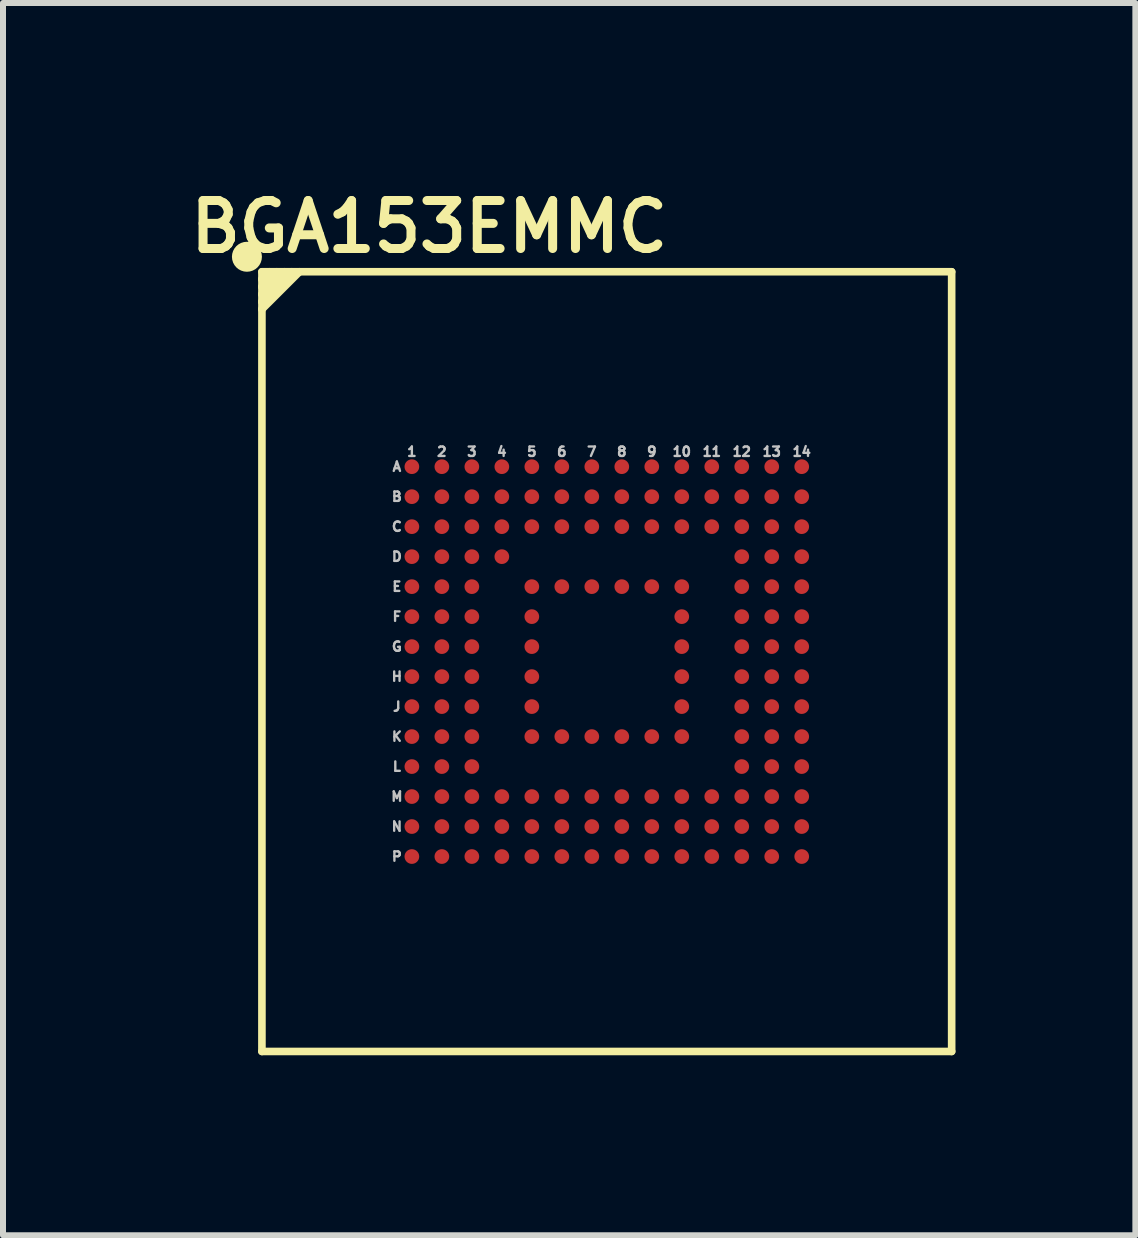
<source format=kicad_pcb>
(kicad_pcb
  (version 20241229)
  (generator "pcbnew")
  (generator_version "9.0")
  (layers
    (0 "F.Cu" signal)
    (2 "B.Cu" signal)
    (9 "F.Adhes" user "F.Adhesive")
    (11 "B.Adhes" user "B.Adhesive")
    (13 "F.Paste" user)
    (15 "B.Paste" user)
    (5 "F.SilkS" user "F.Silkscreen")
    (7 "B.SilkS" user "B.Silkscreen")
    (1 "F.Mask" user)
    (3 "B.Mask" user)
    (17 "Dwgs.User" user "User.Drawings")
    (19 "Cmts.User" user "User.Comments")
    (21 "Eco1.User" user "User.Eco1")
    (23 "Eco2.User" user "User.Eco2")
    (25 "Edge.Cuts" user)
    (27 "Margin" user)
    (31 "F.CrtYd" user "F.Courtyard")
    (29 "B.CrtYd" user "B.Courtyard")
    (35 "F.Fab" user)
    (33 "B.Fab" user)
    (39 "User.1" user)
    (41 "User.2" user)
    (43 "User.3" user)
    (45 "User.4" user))
  (footprint "BGA153EMMC"
    (layer "F.Cu")
    (at 7.067 7.981)
    (property "Reference" "BGA153EMMC" (at -2.96 -7.25 0) (layer "F.SilkS") (effects (font (size 0.8 0.8) (thickness 0.15))))
    (attr smd)
    (fp_line (start -5.75 -6.5) (end -5.75 -6.375) (stroke (width 0.127) (type solid)) (layer "F.SilkS"))
    (fp_line (start -5.75 -6.375) (end -5.75 -6.25) (stroke (width 0.127) (type solid)) (layer "F.SilkS"))
    (fp_line (start -5.75 -6.375) (end -5.625 -6.5) (stroke (width 0.127) (type solid)) (layer "F.SilkS"))
    (fp_line (start -5.75 -6.25) (end -5.75 -6.125) (stroke (width 0.127) (type solid)) (layer "F.SilkS"))
    (fp_line (start -5.75 -6.25) (end -5.5 -6.5) (stroke (width 0.127) (type solid)) (layer "F.SilkS"))
    (fp_line (start -5.75 -6.125) (end -5.75 -6) (stroke (width 0.127) (type solid)) (layer "F.SilkS"))
    (fp_line (start -5.75 -6.125) (end -5.375 -6.5) (stroke (width 0.127) (type solid)) (layer "F.SilkS"))
    (fp_line (start -5.75 -6) (end -5.75 -5.875) (stroke (width 0.127) (type solid)) (layer "F.SilkS"))
    (fp_line (start -5.75 -6) (end -5.25 -6.5) (stroke (width 0.127) (type solid)) (layer "F.SilkS"))
    (fp_line (start -5.75 -5.875) (end -5.75 6.5) (stroke (width 0.127) (type solid)) (layer "F.SilkS"))
    (fp_line (start -5.75 -5.875) (end -5.125 -6.5) (stroke (width 0.127) (type solid)) (layer "F.SilkS"))
    (fp_line (start -5.75 6.5) (end 5.75 6.5) (stroke (width 0.127) (type solid)) (layer "F.SilkS"))
    (fp_line (start -5.625 -6.5) (end -5.75 -6.5) (stroke (width 0.127) (type solid)) (layer "F.SilkS"))
    (fp_line (start -5.5 -6.5) (end -5.625 -6.5) (stroke (width 0.127) (type solid)) (layer "F.SilkS"))
    (fp_line (start -5.375 -6.5) (end -5.5 -6.5) (stroke (width 0.127) (type solid)) (layer "F.SilkS"))
    (fp_line (start -5.25 -6.5) (end -5.375 -6.5) (stroke (width 0.127) (type solid)) (layer "F.SilkS"))
    (fp_line (start -5.125 -6.5) (end -5.25 -6.5) (stroke (width 0.127) (type solid)) (layer "F.SilkS"))
    (fp_line (start 5.75 -6.5) (end -5.125 -6.5) (stroke (width 0.127) (type solid)) (layer "F.SilkS"))
    (fp_line (start 5.75 6.5) (end 5.75 -6.5) (stroke (width 0.127) (type solid)) (layer "F.SilkS"))
    (fp_circle (center -6 -6.75) (end -5.875 -6.75) (stroke (width 0.25) (type solid)) (fill no) (layer "F.SilkS"))
    (fp_text user "M" (at -3.5 2.25 0) (layer "Dwgs.User") (effects (font (size 0.157 0.157) (thickness 0.15))))
    (fp_text user "C" (at -3.5 -2.25 0) (layer "Dwgs.User") (effects (font (size 0.157 0.157) (thickness 0.15))))
    (fp_text user "13" (at 2.75 -3.5 0) (layer "Dwgs.User") (effects (font (size 0.157 0.157) (thickness 0.15))))
    (fp_text user "12" (at 2.25 -3.5 0) (layer "Dwgs.User") (effects (font (size 0.157 0.157) (thickness 0.15))))
    (fp_text user "P" (at -3.5 3.25 0) (layer "Dwgs.User") (effects (font (size 0.157 0.157) (thickness 0.15))))
    (fp_text user "4" (at -1.75 -3.5 0) (layer "Dwgs.User") (effects (font (size 0.157 0.157) (thickness 0.15))))
    (fp_text user "E" (at -3.5 -1.25 0) (layer "Dwgs.User") (effects (font (size 0.157 0.157) (thickness 0.15))))
    (fp_text user "1" (at -3.25 -3.5 0) (layer "Dwgs.User") (effects (font (size 0.157 0.157) (thickness 0.15))))
    (fp_text user "K" (at -3.5 1.25 0) (layer "Dwgs.User") (effects (font (size 0.157 0.157) (thickness 0.15))))
    (fp_text user "10" (at 1.25 -3.5 0) (layer "Dwgs.User") (effects (font (size 0.157 0.157) (thickness 0.15))))
    (fp_text user "L" (at -3.5 1.75 0) (layer "Dwgs.User") (effects (font (size 0.157 0.157) (thickness 0.15))))
    (fp_text user "3" (at -2.25 -3.5 0) (layer "Dwgs.User") (effects (font (size 0.157 0.157) (thickness 0.15))))
    (fp_text user "14" (at 3.25 -3.5 0) (layer "Dwgs.User") (effects (font (size 0.157 0.157) (thickness 0.15))))
    (fp_text user "9" (at 0.75 -3.5 0) (layer "Dwgs.User") (effects (font (size 0.157 0.157) (thickness 0.15))))
    (fp_text user "5" (at -1.25 -3.5 0) (layer "Dwgs.User") (effects (font (size 0.157 0.157) (thickness 0.15))))
    (fp_text user "N" (at -3.5 2.75 0) (layer "Dwgs.User") (effects (font (size 0.157 0.157) (thickness 0.15))))
    (fp_text user "G" (at -3.5 -0.25 0) (layer "Dwgs.User") (effects (font (size 0.157 0.157) (thickness 0.15))))
    (fp_text user "8" (at 0.25 -3.5 0) (layer "Dwgs.User") (effects (font (size 0.157 0.157) (thickness 0.15))))
    (fp_text user "D" (at -3.5 -1.75 0) (layer "Dwgs.User") (effects (font (size 0.157 0.157) (thickness 0.15))))
    (fp_text user "7" (at -0.25 -3.5 0) (layer "Dwgs.User") (effects (font (size 0.157 0.157) (thickness 0.15))))
    (fp_text user "2" (at -2.75 -3.5 0) (layer "Dwgs.User") (effects (font (size 0.157 0.157) (thickness 0.15))))
    (fp_text user "B" (at -3.5 -2.75 0) (layer "Dwgs.User") (effects (font (size 0.157 0.157) (thickness 0.15))))
    (fp_text user "6" (at -0.75 -3.5 0) (layer "Dwgs.User") (effects (font (size 0.157 0.157) (thickness 0.15))))
    (fp_text user "H" (at -3.5 0.25 0) (layer "Dwgs.User") (effects (font (size 0.157 0.157) (thickness 0.15))))
    (fp_text user "A" (at -3.5 -3.25 0) (layer "Dwgs.User") (effects (font (size 0.157 0.157) (thickness 0.15))))
    (fp_text user "11" (at 1.75 -3.5 0) (layer "Dwgs.User") (effects (font (size 0.157 0.157) (thickness 0.15))))
    (fp_text user "F" (at -3.5 -0.75 0) (layer "Dwgs.User") (effects (font (size 0.157 0.157) (thickness 0.15))))
    (fp_text user "J" (at -3.5 0.75 0) (layer "Dwgs.User") (effects (font (size 0.157 0.157) (thickness 0.15))))
    (pad "A1" smd circle (at -3.25 -3.25) (size 0.245 0.245) (layers "F.Cu" "F.Mask" "F.Paste"))
    (pad "A2" smd circle (at -2.75 -3.25) (size 0.245 0.245) (layers "F.Cu" "F.Mask" "F.Paste"))
    (pad "A3" smd circle (at -2.25 -3.25) (size 0.245 0.245) (layers "F.Cu" "F.Mask" "F.Paste"))
    (pad "A4" smd circle (at -1.75 -3.25) (size 0.245 0.245) (layers "F.Cu" "F.Mask" "F.Paste"))
    (pad "A5" smd circle (at -1.25 -3.25) (size 0.245 0.245) (layers "F.Cu" "F.Mask" "F.Paste"))
    (pad "A6" smd circle (at -0.75 -3.25) (size 0.245 0.245) (layers "F.Cu" "F.Mask" "F.Paste"))
    (pad "A7" smd circle (at -0.25 -3.25) (size 0.245 0.245) (layers "F.Cu" "F.Mask" "F.Paste"))
    (pad "A8" smd circle (at 0.25 -3.25) (size 0.245 0.245) (layers "F.Cu" "F.Mask" "F.Paste"))
    (pad "A9" smd circle (at 0.75 -3.25) (size 0.245 0.245) (layers "F.Cu" "F.Mask" "F.Paste"))
    (pad "A10" smd circle (at 1.25 -3.25) (size 0.245 0.245) (layers "F.Cu" "F.Mask" "F.Paste"))
    (pad "A11" smd circle (at 1.75 -3.25) (size 0.245 0.245) (layers "F.Cu" "F.Mask" "F.Paste"))
    (pad "A12" smd circle (at 2.25 -3.25) (size 0.245 0.245) (layers "F.Cu" "F.Mask" "F.Paste"))
    (pad "A13" smd circle (at 2.75 -3.25) (size 0.245 0.245) (layers "F.Cu" "F.Mask" "F.Paste"))
    (pad "A14" smd circle (at 3.25 -3.25) (size 0.245 0.245) (layers "F.Cu" "F.Mask" "F.Paste"))
    (pad "B1" smd circle (at -3.25 -2.75) (size 0.245 0.245) (layers "F.Cu" "F.Mask" "F.Paste"))
    (pad "B2" smd circle (at -2.75 -2.75) (size 0.245 0.245) (layers "F.Cu" "F.Mask" "F.Paste"))
    (pad "B3" smd circle (at -2.25 -2.75) (size 0.245 0.245) (layers "F.Cu" "F.Mask" "F.Paste"))
    (pad "B4" smd circle (at -1.75 -2.75) (size 0.245 0.245) (layers "F.Cu" "F.Mask" "F.Paste"))
    (pad "B5" smd circle (at -1.25 -2.75) (size 0.245 0.245) (layers "F.Cu" "F.Mask" "F.Paste"))
    (pad "B6" smd circle (at -0.75 -2.75) (size 0.245 0.245) (layers "F.Cu" "F.Mask" "F.Paste"))
    (pad "B7" smd circle (at -0.25 -2.75) (size 0.245 0.245) (layers "F.Cu" "F.Mask" "F.Paste"))
    (pad "B8" smd circle (at 0.25 -2.75) (size 0.245 0.245) (layers "F.Cu" "F.Mask" "F.Paste"))
    (pad "B9" smd circle (at 0.75 -2.75) (size 0.245 0.245) (layers "F.Cu" "F.Mask" "F.Paste"))
    (pad "B10" smd circle (at 1.25 -2.75) (size 0.245 0.245) (layers "F.Cu" "F.Mask" "F.Paste"))
    (pad "B11" smd circle (at 1.75 -2.75) (size 0.245 0.245) (layers "F.Cu" "F.Mask" "F.Paste"))
    (pad "B12" smd circle (at 2.25 -2.75) (size 0.245 0.245) (layers "F.Cu" "F.Mask" "F.Paste"))
    (pad "B13" smd circle (at 2.75 -2.75) (size 0.245 0.245) (layers "F.Cu" "F.Mask" "F.Paste"))
    (pad "B14" smd circle (at 3.25 -2.75) (size 0.245 0.245) (layers "F.Cu" "F.Mask" "F.Paste"))
    (pad "C1" smd circle (at -3.25 -2.25) (size 0.245 0.245) (layers "F.Cu" "F.Mask" "F.Paste"))
    (pad "C2" smd circle (at -2.75 -2.25) (size 0.245 0.245) (layers "F.Cu" "F.Mask" "F.Paste"))
    (pad "C3" smd circle (at -2.25 -2.25) (size 0.245 0.245) (layers "F.Cu" "F.Mask" "F.Paste"))
    (pad "C4" smd circle (at -1.75 -2.25) (size 0.245 0.245) (layers "F.Cu" "F.Mask" "F.Paste"))
    (pad "C5" smd circle (at -1.25 -2.25) (size 0.245 0.245) (layers "F.Cu" "F.Mask" "F.Paste"))
    (pad "C6" smd circle (at -0.75 -2.25) (size 0.245 0.245) (layers "F.Cu" "F.Mask" "F.Paste"))
    (pad "C7" smd circle (at -0.25 -2.25) (size 0.245 0.245) (layers "F.Cu" "F.Mask" "F.Paste"))
    (pad "C8" smd circle (at 0.25 -2.25) (size 0.245 0.245) (layers "F.Cu" "F.Mask" "F.Paste"))
    (pad "C9" smd circle (at 0.75 -2.25) (size 0.245 0.245) (layers "F.Cu" "F.Mask" "F.Paste"))
    (pad "C10" smd circle (at 1.25 -2.25) (size 0.245 0.245) (layers "F.Cu" "F.Mask" "F.Paste"))
    (pad "C11" smd circle (at 1.75 -2.25) (size 0.245 0.245) (layers "F.Cu" "F.Mask" "F.Paste"))
    (pad "C12" smd circle (at 2.25 -2.25) (size 0.245 0.245) (layers "F.Cu" "F.Mask" "F.Paste"))
    (pad "C13" smd circle (at 2.75 -2.25) (size 0.245 0.245) (layers "F.Cu" "F.Mask" "F.Paste"))
    (pad "C14" smd circle (at 3.25 -2.25) (size 0.245 0.245) (layers "F.Cu" "F.Mask" "F.Paste"))
    (pad "D1" smd circle (at -3.25 -1.75) (size 0.245 0.245) (layers "F.Cu" "F.Mask" "F.Paste"))
    (pad "D2" smd circle (at -2.75 -1.75) (size 0.245 0.245) (layers "F.Cu" "F.Mask" "F.Paste"))
    (pad "D3" smd circle (at -2.25 -1.75) (size 0.245 0.245) (layers "F.Cu" "F.Mask" "F.Paste"))
    (pad "D4" smd circle (at -1.75 -1.75) (size 0.245 0.245) (layers "F.Cu" "F.Mask" "F.Paste"))
    (pad "D12" smd circle (at 2.25 -1.75) (size 0.245 0.245) (layers "F.Cu" "F.Mask" "F.Paste"))
    (pad "D13" smd circle (at 2.75 -1.75) (size 0.245 0.245) (layers "F.Cu" "F.Mask" "F.Paste"))
    (pad "D14" smd circle (at 3.25 -1.75) (size 0.245 0.245) (layers "F.Cu" "F.Mask" "F.Paste"))
    (pad "E1" smd circle (at -3.25 -1.25) (size 0.245 0.245) (layers "F.Cu" "F.Mask" "F.Paste"))
    (pad "E2" smd circle (at -2.75 -1.25) (size 0.245 0.245) (layers "F.Cu" "F.Mask" "F.Paste"))
    (pad "E3" smd circle (at -2.25 -1.25) (size 0.245 0.245) (layers "F.Cu" "F.Mask" "F.Paste"))
    (pad "E5" smd circle (at -1.25 -1.25) (size 0.245 0.245) (layers "F.Cu" "F.Mask" "F.Paste"))
    (pad "E6" smd circle (at -0.75 -1.25) (size 0.245 0.245) (layers "F.Cu" "F.Mask" "F.Paste"))
    (pad "E7" smd circle (at -0.25 -1.25) (size 0.245 0.245) (layers "F.Cu" "F.Mask" "F.Paste"))
    (pad "E8" smd circle (at 0.25 -1.25) (size 0.245 0.245) (layers "F.Cu" "F.Mask" "F.Paste"))
    (pad "E9" smd circle (at 0.75 -1.25) (size 0.245 0.245) (layers "F.Cu" "F.Mask" "F.Paste"))
    (pad "E10" smd circle (at 1.25 -1.25) (size 0.245 0.245) (layers "F.Cu" "F.Mask" "F.Paste"))
    (pad "E12" smd circle (at 2.25 -1.25) (size 0.245 0.245) (layers "F.Cu" "F.Mask" "F.Paste"))
    (pad "E13" smd circle (at 2.75 -1.25) (size 0.245 0.245) (layers "F.Cu" "F.Mask" "F.Paste"))
    (pad "E14" smd circle (at 3.25 -1.25) (size 0.245 0.245) (layers "F.Cu" "F.Mask" "F.Paste"))
    (pad "F1" smd circle (at -3.25 -0.75) (size 0.245 0.245) (layers "F.Cu" "F.Mask" "F.Paste"))
    (pad "F2" smd circle (at -2.75 -0.75) (size 0.245 0.245) (layers "F.Cu" "F.Mask" "F.Paste"))
    (pad "F3" smd circle (at -2.25 -0.75) (size 0.245 0.245) (layers "F.Cu" "F.Mask" "F.Paste"))
    (pad "F5" smd circle (at -1.25 -0.75) (size 0.245 0.245) (layers "F.Cu" "F.Mask" "F.Paste"))
    (pad "F10" smd circle (at 1.25 -0.75) (size 0.245 0.245) (layers "F.Cu" "F.Mask" "F.Paste"))
    (pad "F12" smd circle (at 2.25 -0.75) (size 0.245 0.245) (layers "F.Cu" "F.Mask" "F.Paste"))
    (pad "F13" smd circle (at 2.75 -0.75) (size 0.245 0.245) (layers "F.Cu" "F.Mask" "F.Paste"))
    (pad "F14" smd circle (at 3.25 -0.75) (size 0.245 0.245) (layers "F.Cu" "F.Mask" "F.Paste"))
    (pad "G1" smd circle (at -3.25 -0.25) (size 0.245 0.245) (layers "F.Cu" "F.Mask" "F.Paste"))
    (pad "G2" smd circle (at -2.75 -0.25) (size 0.245 0.245) (layers "F.Cu" "F.Mask" "F.Paste"))
    (pad "G3" smd circle (at -2.25 -0.25) (size 0.245 0.245) (layers "F.Cu" "F.Mask" "F.Paste"))
    (pad "G5" smd circle (at -1.25 -0.25) (size 0.245 0.245) (layers "F.Cu" "F.Mask" "F.Paste"))
    (pad "G10" smd circle (at 1.25 -0.25) (size 0.245 0.245) (layers "F.Cu" "F.Mask" "F.Paste"))
    (pad "G12" smd circle (at 2.25 -0.25) (size 0.245 0.245) (layers "F.Cu" "F.Mask" "F.Paste"))
    (pad "G13" smd circle (at 2.75 -0.25) (size 0.245 0.245) (layers "F.Cu" "F.Mask" "F.Paste"))
    (pad "G14" smd circle (at 3.25 -0.25) (size 0.245 0.245) (layers "F.Cu" "F.Mask" "F.Paste"))
    (pad "H1" smd circle (at -3.25 0.25) (size 0.245 0.245) (layers "F.Cu" "F.Mask" "F.Paste"))
    (pad "H2" smd circle (at -2.75 0.25) (size 0.245 0.245) (layers "F.Cu" "F.Mask" "F.Paste"))
    (pad "H3" smd circle (at -2.25 0.25) (size 0.245 0.245) (layers "F.Cu" "F.Mask" "F.Paste"))
    (pad "H5" smd circle (at -1.25 0.25) (size 0.245 0.245) (layers "F.Cu" "F.Mask" "F.Paste"))
    (pad "H10" smd circle (at 1.25 0.25) (size 0.245 0.245) (layers "F.Cu" "F.Mask" "F.Paste"))
    (pad "H12" smd circle (at 2.25 0.25) (size 0.245 0.245) (layers "F.Cu" "F.Mask" "F.Paste"))
    (pad "H13" smd circle (at 2.75 0.25) (size 0.245 0.245) (layers "F.Cu" "F.Mask" "F.Paste"))
    (pad "H14" smd circle (at 3.25 0.25) (size 0.245 0.245) (layers "F.Cu" "F.Mask" "F.Paste"))
    (pad "J1" smd circle (at -3.25 0.75) (size 0.245 0.245) (layers "F.Cu" "F.Mask" "F.Paste"))
    (pad "J2" smd circle (at -2.75 0.75) (size 0.245 0.245) (layers "F.Cu" "F.Mask" "F.Paste"))
    (pad "J3" smd circle (at -2.25 0.75) (size 0.245 0.245) (layers "F.Cu" "F.Mask" "F.Paste"))
    (pad "J5" smd circle (at -1.25 0.75) (size 0.245 0.245) (layers "F.Cu" "F.Mask" "F.Paste"))
    (pad "J10" smd circle (at 1.25 0.75) (size 0.245 0.245) (layers "F.Cu" "F.Mask" "F.Paste"))
    (pad "J12" smd circle (at 2.25 0.75) (size 0.245 0.245) (layers "F.Cu" "F.Mask" "F.Paste"))
    (pad "J13" smd circle (at 2.75 0.75) (size 0.245 0.245) (layers "F.Cu" "F.Mask" "F.Paste"))
    (pad "J14" smd circle (at 3.25 0.75) (size 0.245 0.245) (layers "F.Cu" "F.Mask" "F.Paste"))
    (pad "K1" smd circle (at -3.25 1.25) (size 0.245 0.245) (layers "F.Cu" "F.Mask" "F.Paste"))
    (pad "K2" smd circle (at -2.75 1.25) (size 0.245 0.245) (layers "F.Cu" "F.Mask" "F.Paste"))
    (pad "K3" smd circle (at -2.25 1.25) (size 0.245 0.245) (layers "F.Cu" "F.Mask" "F.Paste"))
    (pad "K5" smd circle (at -1.25 1.25) (size 0.245 0.245) (layers "F.Cu" "F.Mask" "F.Paste"))
    (pad "K6" smd circle (at -0.75 1.25) (size 0.245 0.245) (layers "F.Cu" "F.Mask" "F.Paste"))
    (pad "K7" smd circle (at -0.25 1.25) (size 0.245 0.245) (layers "F.Cu" "F.Mask" "F.Paste"))
    (pad "K8" smd circle (at 0.25 1.25) (size 0.245 0.245) (layers "F.Cu" "F.Mask" "F.Paste"))
    (pad "K9" smd circle (at 0.75 1.25) (size 0.245 0.245) (layers "F.Cu" "F.Mask" "F.Paste"))
    (pad "K10" smd circle (at 1.25 1.25) (size 0.245 0.245) (layers "F.Cu" "F.Mask" "F.Paste"))
    (pad "K12" smd circle (at 2.25 1.25) (size 0.245 0.245) (layers "F.Cu" "F.Mask" "F.Paste"))
    (pad "K13" smd circle (at 2.75 1.25) (size 0.245 0.245) (layers "F.Cu" "F.Mask" "F.Paste"))
    (pad "K14" smd circle (at 3.25 1.25) (size 0.245 0.245) (layers "F.Cu" "F.Mask" "F.Paste"))
    (pad "L1" smd circle (at -3.25 1.75) (size 0.245 0.245) (layers "F.Cu" "F.Mask" "F.Paste"))
    (pad "L2" smd circle (at -2.75 1.75) (size 0.245 0.245) (layers "F.Cu" "F.Mask" "F.Paste"))
    (pad "L3" smd circle (at -2.25 1.75) (size 0.245 0.245) (layers "F.Cu" "F.Mask" "F.Paste"))
    (pad "L12" smd circle (at 2.25 1.75) (size 0.245 0.245) (layers "F.Cu" "F.Mask" "F.Paste"))
    (pad "L13" smd circle (at 2.75 1.75) (size 0.245 0.245) (layers "F.Cu" "F.Mask" "F.Paste"))
    (pad "L14" smd circle (at 3.25 1.75) (size 0.245 0.245) (layers "F.Cu" "F.Mask" "F.Paste"))
    (pad "M1" smd circle (at -3.25 2.25) (size 0.245 0.245) (layers "F.Cu" "F.Mask" "F.Paste"))
    (pad "M2" smd circle (at -2.75 2.25) (size 0.245 0.245) (layers "F.Cu" "F.Mask" "F.Paste"))
    (pad "M3" smd circle (at -2.25 2.25) (size 0.245 0.245) (layers "F.Cu" "F.Mask" "F.Paste"))
    (pad "M4" smd circle (at -1.75 2.25) (size 0.245 0.245) (layers "F.Cu" "F.Mask" "F.Paste"))
    (pad "M5" smd circle (at -1.25 2.25) (size 0.245 0.245) (layers "F.Cu" "F.Mask" "F.Paste"))
    (pad "M6" smd circle (at -0.75 2.25) (size 0.245 0.245) (layers "F.Cu" "F.Mask" "F.Paste"))
    (pad "M7" smd circle (at -0.25 2.25) (size 0.245 0.245) (layers "F.Cu" "F.Mask" "F.Paste"))
    (pad "M8" smd circle (at 0.25 2.25) (size 0.245 0.245) (layers "F.Cu" "F.Mask" "F.Paste"))
    (pad "M9" smd circle (at 0.75 2.25) (size 0.245 0.245) (layers "F.Cu" "F.Mask" "F.Paste"))
    (pad "M10" smd circle (at 1.25 2.25) (size 0.245 0.245) (layers "F.Cu" "F.Mask" "F.Paste"))
    (pad "M11" smd circle (at 1.75 2.25) (size 0.245 0.245) (layers "F.Cu" "F.Mask" "F.Paste"))
    (pad "M12" smd circle (at 2.25 2.25) (size 0.245 0.245) (layers "F.Cu" "F.Mask" "F.Paste"))
    (pad "M13" smd circle (at 2.75 2.25) (size 0.245 0.245) (layers "F.Cu" "F.Mask" "F.Paste"))
    (pad "M14" smd circle (at 3.25 2.25) (size 0.245 0.245) (layers "F.Cu" "F.Mask" "F.Paste"))
    (pad "N1" smd circle (at -3.25 2.75) (size 0.245 0.245) (layers "F.Cu" "F.Mask" "F.Paste"))
    (pad "N2" smd circle (at -2.75 2.75) (size 0.245 0.245) (layers "F.Cu" "F.Mask" "F.Paste"))
    (pad "N3" smd circle (at -2.25 2.75) (size 0.245 0.245) (layers "F.Cu" "F.Mask" "F.Paste"))
    (pad "N4" smd circle (at -1.75 2.75) (size 0.245 0.245) (layers "F.Cu" "F.Mask" "F.Paste"))
    (pad "N5" smd circle (at -1.25 2.75) (size 0.245 0.245) (layers "F.Cu" "F.Mask" "F.Paste"))
    (pad "N6" smd circle (at -0.75 2.75) (size 0.245 0.245) (layers "F.Cu" "F.Mask" "F.Paste"))
    (pad "N7" smd circle (at -0.25 2.75) (size 0.245 0.245) (layers "F.Cu" "F.Mask" "F.Paste"))
    (pad "N8" smd circle (at 0.25 2.75) (size 0.245 0.245) (layers "F.Cu" "F.Mask" "F.Paste"))
    (pad "N9" smd circle (at 0.75 2.75) (size 0.245 0.245) (layers "F.Cu" "F.Mask" "F.Paste"))
    (pad "N10" smd circle (at 1.25 2.75) (size 0.245 0.245) (layers "F.Cu" "F.Mask" "F.Paste"))
    (pad "N11" smd circle (at 1.75 2.75) (size 0.245 0.245) (layers "F.Cu" "F.Mask" "F.Paste"))
    (pad "N12" smd circle (at 2.25 2.75) (size 0.245 0.245) (layers "F.Cu" "F.Mask" "F.Paste"))
    (pad "N13" smd circle (at 2.75 2.75) (size 0.245 0.245) (layers "F.Cu" "F.Mask" "F.Paste"))
    (pad "N14" smd circle (at 3.25 2.75) (size 0.245 0.245) (layers "F.Cu" "F.Mask" "F.Paste"))
    (pad "P1" smd circle (at -3.25 3.25) (size 0.245 0.245) (layers "F.Cu" "F.Mask" "F.Paste"))
    (pad "P2" smd circle (at -2.75 3.25) (size 0.245 0.245) (layers "F.Cu" "F.Mask" "F.Paste"))
    (pad "P3" smd circle (at -2.25 3.25) (size 0.245 0.245) (layers "F.Cu" "F.Mask" "F.Paste"))
    (pad "P4" smd circle (at -1.75 3.25) (size 0.245 0.245) (layers "F.Cu" "F.Mask" "F.Paste"))
    (pad "P5" smd circle (at -1.25 3.25) (size 0.245 0.245) (layers "F.Cu" "F.Mask" "F.Paste"))
    (pad "P6" smd circle (at -0.75 3.25) (size 0.245 0.245) (layers "F.Cu" "F.Mask" "F.Paste"))
    (pad "P7" smd circle (at -0.25 3.25) (size 0.245 0.245) (layers "F.Cu" "F.Mask" "F.Paste"))
    (pad "P8" smd circle (at 0.25 3.25) (size 0.245 0.245) (layers "F.Cu" "F.Mask" "F.Paste"))
    (pad "P9" smd circle (at 0.75 3.25) (size 0.245 0.245) (layers "F.Cu" "F.Mask" "F.Paste"))
    (pad "P10" smd circle (at 1.25 3.25) (size 0.245 0.245) (layers "F.Cu" "F.Mask" "F.Paste"))
    (pad "P11" smd circle (at 1.75 3.25) (size 0.245 0.245) (layers "F.Cu" "F.Mask" "F.Paste"))
    (pad "P12" smd circle (at 2.25 3.25) (size 0.245 0.245) (layers "F.Cu" "F.Mask" "F.Paste"))
    (pad "P13" smd circle (at 2.75 3.25) (size 0.245 0.245) (layers "F.Cu" "F.Mask" "F.Paste"))
    (pad "P14" smd circle (at 3.25 3.25) (size 0.245 0.245) (layers "F.Cu" "F.Mask" "F.Paste")))
  (gr_rect
    (start -3 -3)
    (end 15.88 17.545)
    (stroke (width 0.1) (type default))
    (fill no)
    (layer "Edge.Cuts")))
</source>
